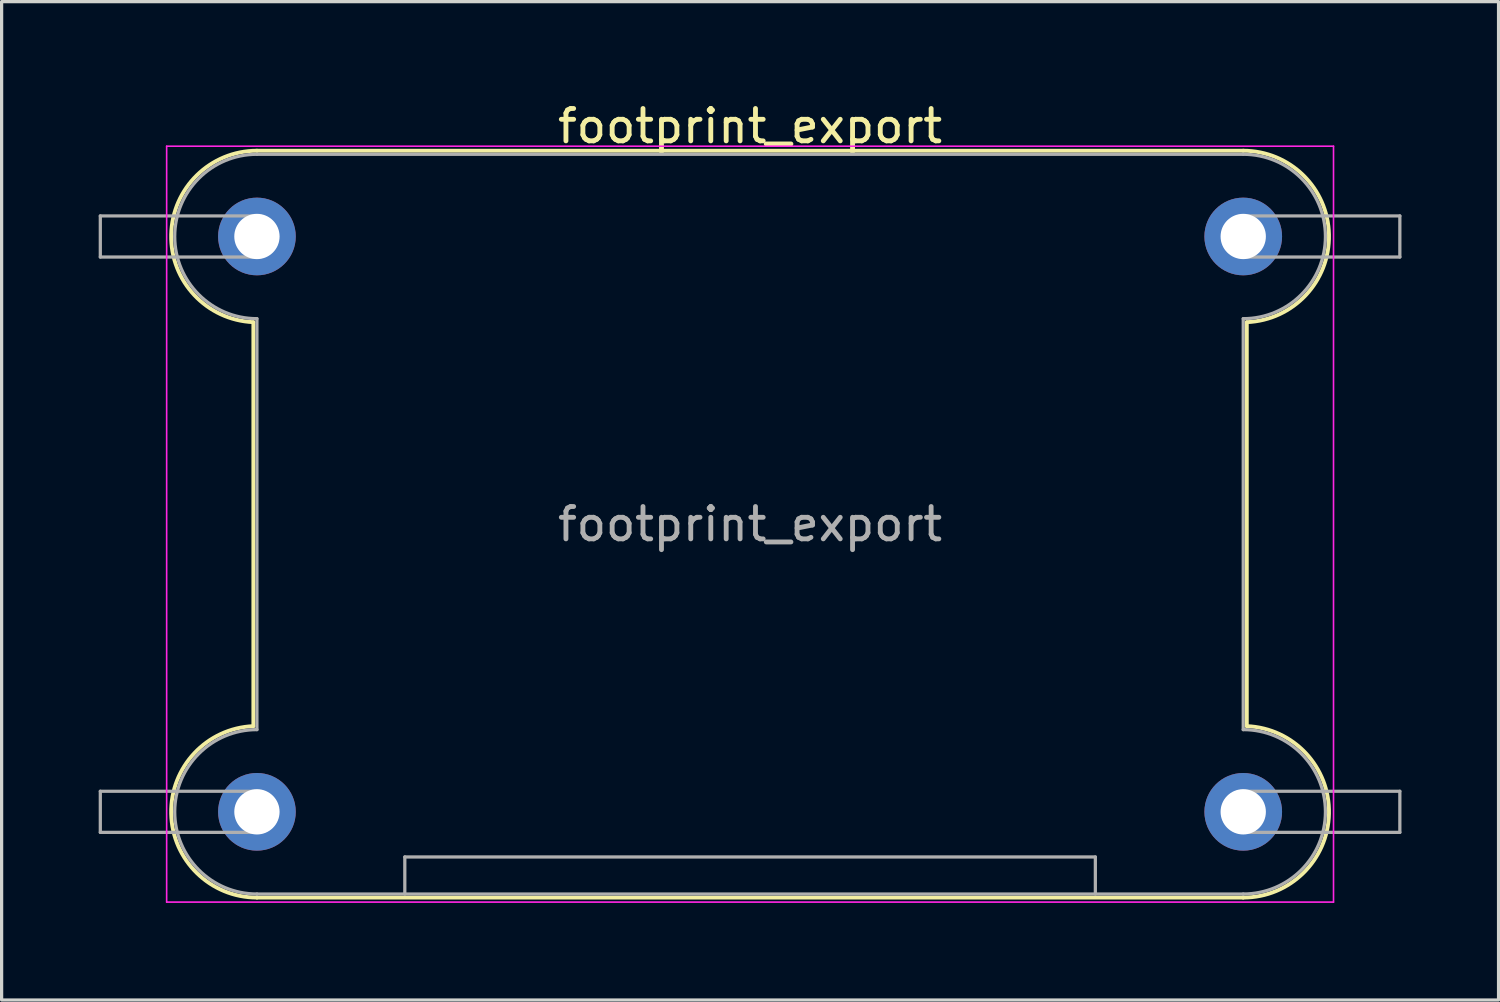
<source format=kicad_pcb>
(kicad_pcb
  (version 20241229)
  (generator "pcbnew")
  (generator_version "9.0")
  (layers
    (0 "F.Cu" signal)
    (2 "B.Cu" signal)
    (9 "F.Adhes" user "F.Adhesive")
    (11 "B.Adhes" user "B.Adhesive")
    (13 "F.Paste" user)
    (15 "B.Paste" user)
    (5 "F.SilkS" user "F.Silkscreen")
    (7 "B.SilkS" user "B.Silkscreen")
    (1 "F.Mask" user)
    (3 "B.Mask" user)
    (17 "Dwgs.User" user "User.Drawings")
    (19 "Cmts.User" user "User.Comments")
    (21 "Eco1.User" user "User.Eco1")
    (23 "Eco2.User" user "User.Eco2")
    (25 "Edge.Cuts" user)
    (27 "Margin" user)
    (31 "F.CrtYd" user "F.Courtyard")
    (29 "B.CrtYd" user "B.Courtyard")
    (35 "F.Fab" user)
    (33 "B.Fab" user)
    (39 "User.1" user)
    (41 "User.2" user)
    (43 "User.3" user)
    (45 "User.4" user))
  (footprint "footprint_export"
    (layer "F.Cu")
    (at 4.89 22.038)
    (property "Reference" "footprint_export" (at 15.24 -21.19 0) (layer "F.SilkS") (effects (font (size 1 1) (thickness 0.15))))
    (attr through_hole)
    (fp_line (start -0.11 -2.65) (end -0.11 -15.13) (stroke (width 0.12) (type solid)) (layer "F.SilkS"))
    (fp_line (start 0 -20.43) (end 30.48 -20.43) (stroke (width 0.12) (type solid)) (layer "F.SilkS"))
    (fp_line (start 0 2.65) (end 30.48 2.65) (stroke (width 0.12) (type solid)) (layer "F.SilkS"))
    (fp_line (start 30.59 -2.65) (end 30.59 -15.13) (stroke (width 0.12) (type solid)) (layer "F.SilkS"))
    (fp_arc (start -0.11097 -15.132325) (mid -2.649418 -17.835497) (end 0 -20.43) (stroke (width 0.12) (type solid)) (layer "F.SilkS"))
    (fp_arc (start 0 2.65) (mid -2.649419 0.055497) (end -0.11097 -2.647675) (stroke (width 0.12) (type solid)) (layer "F.SilkS"))
    (fp_arc (start 30.48 -20.43) (mid 33.129419 -17.835497) (end 30.59097 -15.132325) (stroke (width 0.12) (type solid)) (layer "F.SilkS"))
    (fp_arc (start 30.59097 -2.647675) (mid 33.129418 0.055497) (end 30.48 2.65) (stroke (width 0.12) (type solid)) (layer "F.SilkS"))
    (fp_line (start -2.79 -20.57) (end 33.27 -20.57) (stroke (width 0.05) (type solid)) (layer "F.CrtYd"))
    (fp_line (start -2.79 2.79) (end -2.79 -20.57) (stroke (width 0.05) (type solid)) (layer "F.CrtYd"))
    (fp_line (start -2.79 2.79) (end 33.27 2.79) (stroke (width 0.05) (type solid)) (layer "F.CrtYd"))
    (fp_line (start 33.27 2.79) (end 33.27 -20.57) (stroke (width 0.05) (type solid)) (layer "F.CrtYd"))
    (fp_line (start -4.84 -18.415) (end 0 -18.415) (stroke (width 0.1) (type solid)) (layer "F.Fab"))
    (fp_line (start -4.84 -17.145) (end -4.84 -18.415) (stroke (width 0.1) (type solid)) (layer "F.Fab"))
    (fp_line (start -4.84 -0.635) (end 0 -0.635) (stroke (width 0.1) (type solid)) (layer "F.Fab"))
    (fp_line (start -4.84 0.635) (end -4.84 -0.635) (stroke (width 0.1) (type solid)) (layer "F.Fab"))
    (fp_line (start 0 -20.32) (end 30.48 -20.32) (stroke (width 0.1) (type solid)) (layer "F.Fab"))
    (fp_line (start 0 -17.145) (end -4.84 -17.145) (stroke (width 0.1) (type solid)) (layer "F.Fab"))
    (fp_line (start 0 -2.54) (end 0 -15.24) (stroke (width 0.1) (type solid)) (layer "F.Fab"))
    (fp_line (start 0 0.635) (end -4.84 0.635) (stroke (width 0.1) (type solid)) (layer "F.Fab"))
    (fp_line (start 0 2.54) (end 30.48 2.54) (stroke (width 0.1) (type solid)) (layer "F.Fab"))
    (fp_line (start 4.57 1.395) (end 4.57 2.54) (stroke (width 0.1) (type solid)) (layer "F.Fab"))
    (fp_line (start 4.57 1.395) (end 25.91 1.395) (stroke (width 0.1) (type solid)) (layer "F.Fab"))
    (fp_line (start 25.91 1.395) (end 25.91 2.54) (stroke (width 0.1) (type solid)) (layer "F.Fab"))
    (fp_line (start 30.48 -18.415) (end 35.32 -18.415) (stroke (width 0.1) (type solid)) (layer "F.Fab"))
    (fp_line (start 30.48 -2.54) (end 30.48 -15.24) (stroke (width 0.1) (type solid)) (layer "F.Fab"))
    (fp_line (start 30.48 -0.635) (end 35.32 -0.635) (stroke (width 0.1) (type solid)) (layer "F.Fab"))
    (fp_line (start 35.32 -18.415) (end 35.32 -17.145) (stroke (width 0.1) (type solid)) (layer "F.Fab"))
    (fp_line (start 35.32 -17.145) (end 30.48 -17.145) (stroke (width 0.1) (type solid)) (layer "F.Fab"))
    (fp_line (start 35.32 -0.635) (end 35.32 0.635) (stroke (width 0.1) (type solid)) (layer "F.Fab"))
    (fp_line (start 35.32 0.635) (end 30.48 0.635) (stroke (width 0.1) (type solid)) (layer "F.Fab"))
    (fp_arc (start 0 -18.415) (mid 0.635 -17.78) (end 0 -17.145) (stroke (width 0.1) (type solid)) (layer "F.Fab"))
    (fp_arc (start 0 -15.24) (mid -2.54 -17.78) (end 0 -20.32) (stroke (width 0.1) (type solid)) (layer "F.Fab"))
    (fp_arc (start 0 -0.635) (mid 0.635 0) (end 0 0.635) (stroke (width 0.1) (type solid)) (layer "F.Fab"))
    (fp_arc (start 0 2.54) (mid -2.54 0) (end 0 -2.54) (stroke (width 0.1) (type solid)) (layer "F.Fab"))
    (fp_arc (start 30.48 -20.32) (mid 33.02 -17.78) (end 30.48 -15.24) (stroke (width 0.1) (type solid)) (layer "F.Fab"))
    (fp_arc (start 30.48 -17.145) (mid 29.845 -17.78) (end 30.48 -18.415) (stroke (width 0.1) (type solid)) (layer "F.Fab"))
    (fp_arc (start 30.48 -2.54) (mid 33.02 0) (end 30.48 2.54) (stroke (width 0.1) (type solid)) (layer "F.Fab"))
    (fp_arc (start 30.48 0.635) (mid 29.845 0) (end 30.48 -0.635) (stroke (width 0.1) (type solid)) (layer "F.Fab"))
    (fp_text user "${REFERENCE}" (at 15.24 -8.89 0) (layer "F.Fab") (effects (font (size 1 1) (thickness 0.15))))
    (pad "1" thru_hole circle (at 0 0) (size 2.4 2.4) (drill 1.4) (layers "*.Cu" "*.Mask"))
    (pad "2" thru_hole circle (at 30.48 -17.78) (size 2.4 2.4) (drill 1.4) (layers "*.Cu" "*.Mask"))
    (pad "3" thru_hole circle (at 0 -17.78) (size 2.4 2.4) (drill 1.4) (layers "*.Cu" "*.Mask"))
    (pad "4" thru_hole circle (at 30.48 0) (size 2.4 2.4) (drill 1.4) (layers "*.Cu" "*.Mask")))
  (gr_rect
    (start -3 -3)
    (end 43.26 27.853)
    (stroke (width 0.1) (type default))
    (fill no)
    (layer "Edge.Cuts")))
</source>
